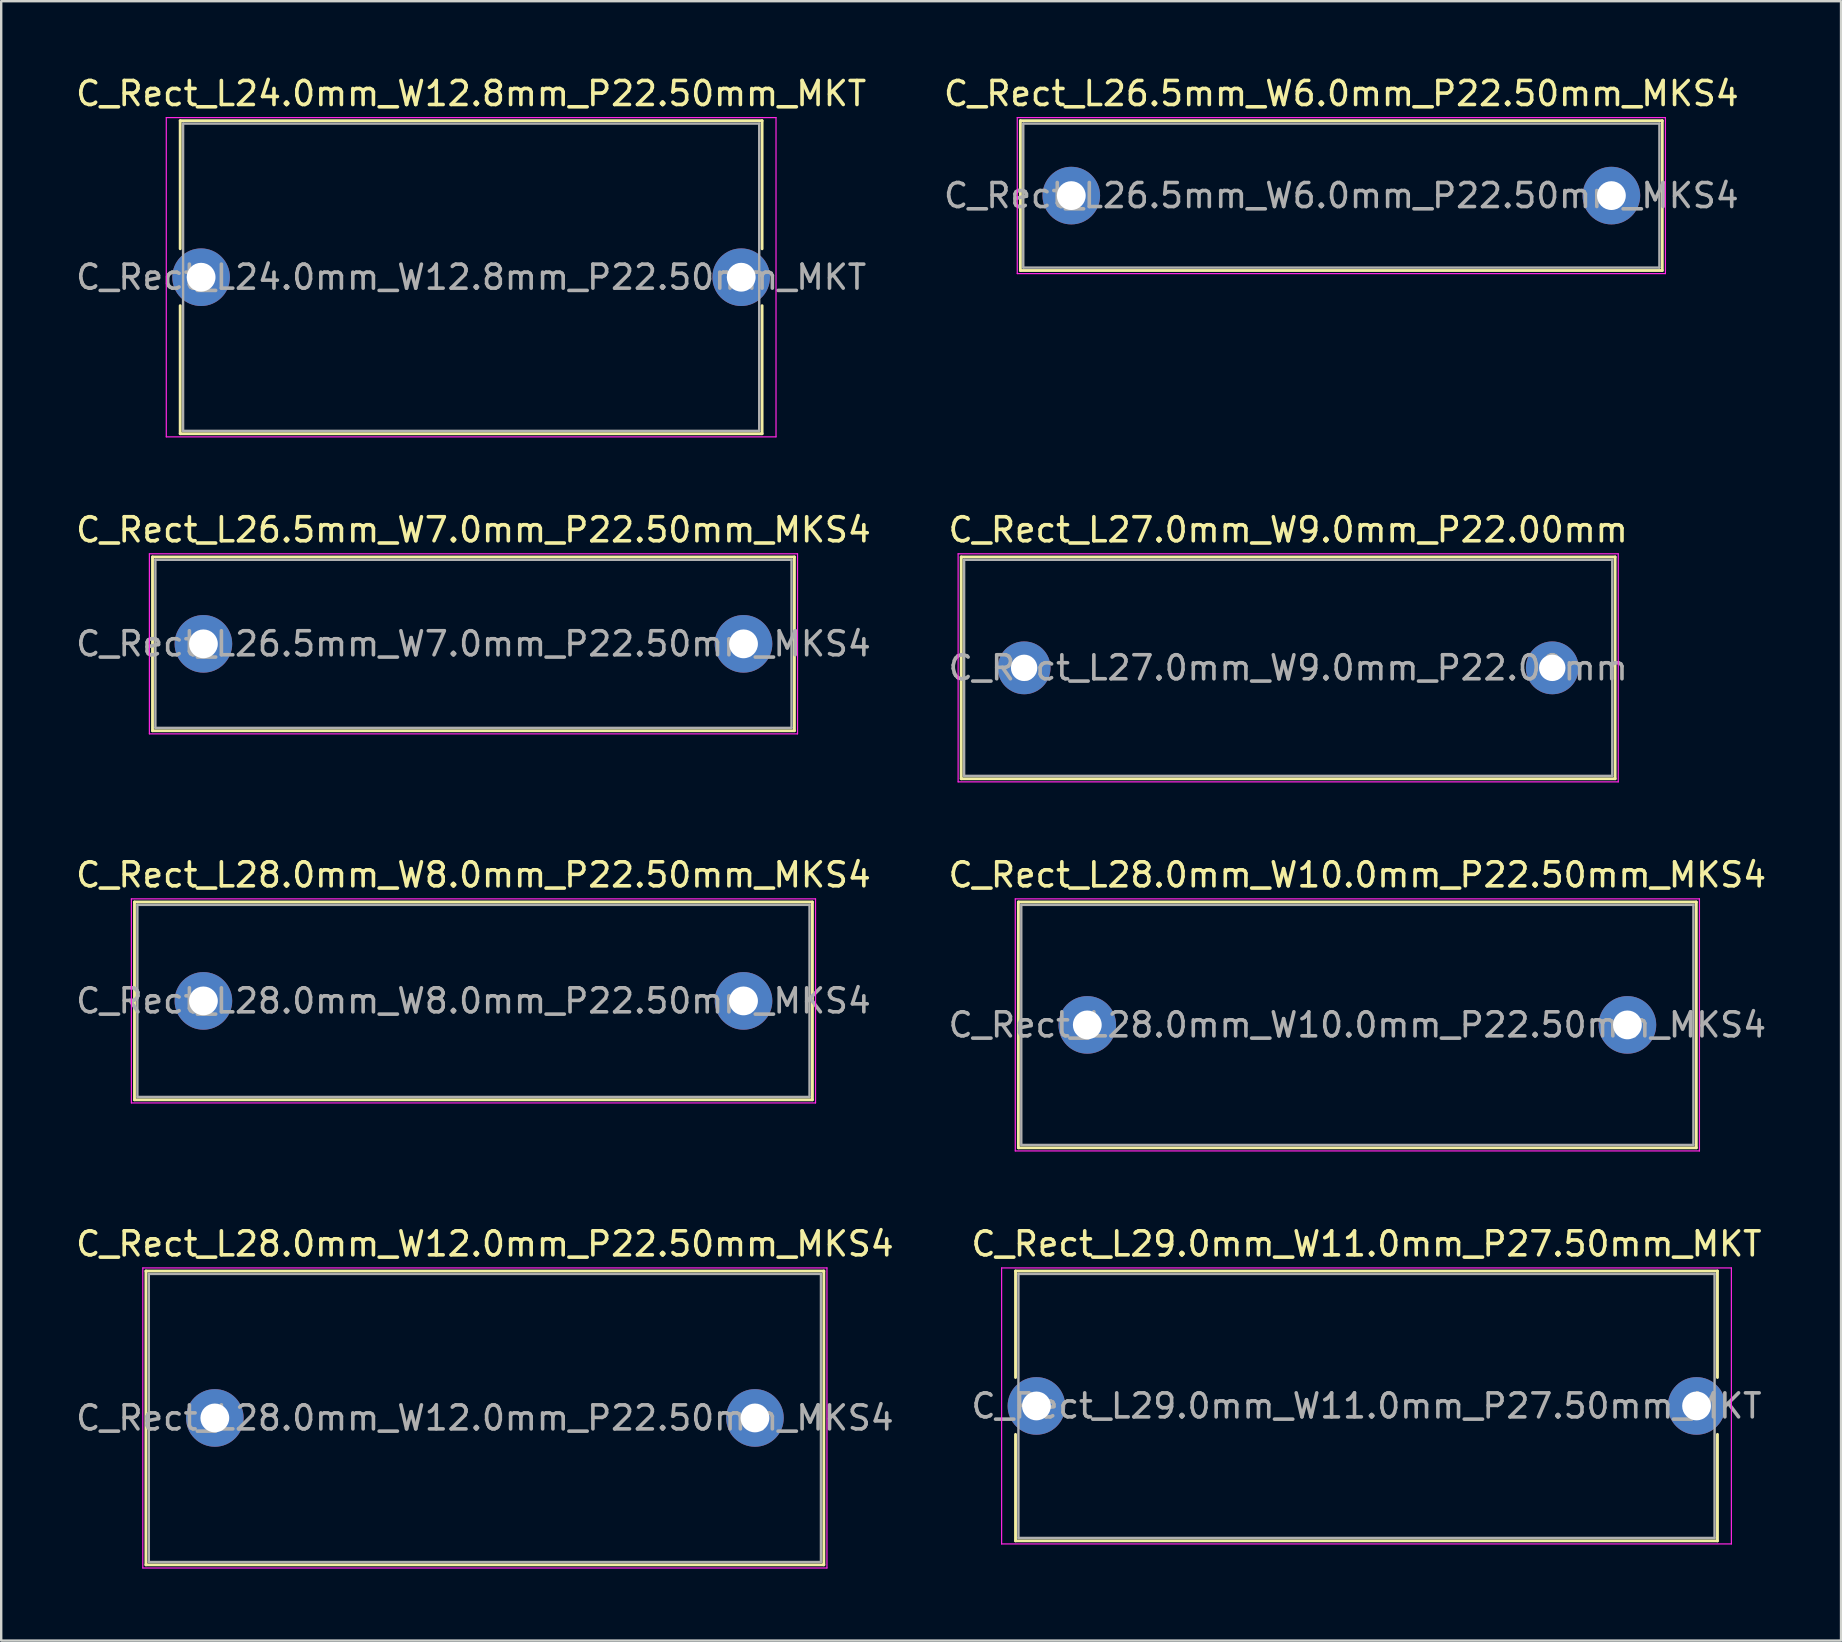
<source format=kicad_pcb>
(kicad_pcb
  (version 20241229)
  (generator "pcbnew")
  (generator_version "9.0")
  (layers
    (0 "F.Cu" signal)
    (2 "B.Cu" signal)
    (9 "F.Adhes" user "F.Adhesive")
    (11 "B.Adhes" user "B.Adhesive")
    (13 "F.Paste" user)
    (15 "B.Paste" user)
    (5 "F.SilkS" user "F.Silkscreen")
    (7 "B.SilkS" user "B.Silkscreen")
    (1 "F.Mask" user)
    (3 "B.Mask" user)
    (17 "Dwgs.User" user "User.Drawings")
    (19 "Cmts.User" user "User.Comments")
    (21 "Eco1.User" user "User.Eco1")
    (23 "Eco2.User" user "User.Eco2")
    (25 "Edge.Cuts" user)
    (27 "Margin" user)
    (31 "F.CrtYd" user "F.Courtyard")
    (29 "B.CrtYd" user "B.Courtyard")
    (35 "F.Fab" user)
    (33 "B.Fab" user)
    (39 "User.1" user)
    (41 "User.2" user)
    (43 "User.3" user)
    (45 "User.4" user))
  (footprint "C_Rect_L28.0mm_W8.0mm_P22.50mm_MKS4"
    (layer "F.Cu")
    (at 5.423 38.645)
    (property "Reference" "C_Rect_L28.0mm_W8.0mm_P22.50mm_MKS4" (at 11.25 -5.25 0) (layer "F.SilkS") (effects (font (size 1 1) (thickness 0.15))))
    (attr through_hole)
    (fp_line (start -2.87 -4.12) (end -2.87 4.12) (stroke (width 0.12) (type solid)) (layer "F.SilkS"))
    (fp_line (start -2.87 -4.12) (end 25.37 -4.12) (stroke (width 0.12) (type solid)) (layer "F.SilkS"))
    (fp_line (start -2.87 4.12) (end 25.37 4.12) (stroke (width 0.12) (type solid)) (layer "F.SilkS"))
    (fp_line (start 25.37 -4.12) (end 25.37 4.12) (stroke (width 0.12) (type solid)) (layer "F.SilkS"))
    (fp_line (start -3 -4.25) (end -3 4.25) (stroke (width 0.05) (type solid)) (layer "F.CrtYd"))
    (fp_line (start -3 4.25) (end 25.5 4.25) (stroke (width 0.05) (type solid)) (layer "F.CrtYd"))
    (fp_line (start 25.5 -4.25) (end -3 -4.25) (stroke (width 0.05) (type solid)) (layer "F.CrtYd"))
    (fp_line (start 25.5 4.25) (end 25.5 -4.25) (stroke (width 0.05) (type solid)) (layer "F.CrtYd"))
    (fp_line (start -2.75 -4) (end -2.75 4) (stroke (width 0.1) (type solid)) (layer "F.Fab"))
    (fp_line (start -2.75 4) (end 25.25 4) (stroke (width 0.1) (type solid)) (layer "F.Fab"))
    (fp_line (start 25.25 -4) (end -2.75 -4) (stroke (width 0.1) (type solid)) (layer "F.Fab"))
    (fp_line (start 25.25 4) (end 25.25 -4) (stroke (width 0.1) (type solid)) (layer "F.Fab"))
    (fp_text user "${REFERENCE}" (at 11.25 0 0) (layer "F.Fab") (effects (font (size 1 1) (thickness 0.15))))
    (pad "1" thru_hole circle (at 0 0) (size 2.4 2.4) (drill 1.2) (layers "*.Cu" "*.Mask"))
    (pad "2" thru_hole circle (at 22.5 0) (size 2.4 2.4) (drill 1.2) (layers "*.Cu" "*.Mask")))
  (footprint "C_Rect_L27.0mm_W9.0mm_P22.00mm"
    (layer "F.Cu")
    (at 39.613 24.771)
    (property "Reference" "C_Rect_L27.0mm_W9.0mm_P22.00mm" (at 11 -5.75 0) (layer "F.SilkS") (effects (font (size 1 1) (thickness 0.15))))
    (attr through_hole)
    (fp_line (start -2.62 -4.62) (end -2.62 4.62) (stroke (width 0.12) (type solid)) (layer "F.SilkS"))
    (fp_line (start -2.62 -4.62) (end 24.62 -4.62) (stroke (width 0.12) (type solid)) (layer "F.SilkS"))
    (fp_line (start -2.62 4.62) (end 24.62 4.62) (stroke (width 0.12) (type solid)) (layer "F.SilkS"))
    (fp_line (start 24.62 -4.62) (end 24.62 4.62) (stroke (width 0.12) (type solid)) (layer "F.SilkS"))
    (fp_line (start -2.75 -4.75) (end -2.75 4.75) (stroke (width 0.05) (type solid)) (layer "F.CrtYd"))
    (fp_line (start -2.75 4.75) (end 24.75 4.75) (stroke (width 0.05) (type solid)) (layer "F.CrtYd"))
    (fp_line (start 24.75 -4.75) (end -2.75 -4.75) (stroke (width 0.05) (type solid)) (layer "F.CrtYd"))
    (fp_line (start 24.75 4.75) (end 24.75 -4.75) (stroke (width 0.05) (type solid)) (layer "F.CrtYd"))
    (fp_line (start -2.5 -4.5) (end -2.5 4.5) (stroke (width 0.1) (type solid)) (layer "F.Fab"))
    (fp_line (start -2.5 4.5) (end 24.5 4.5) (stroke (width 0.1) (type solid)) (layer "F.Fab"))
    (fp_line (start 24.5 -4.5) (end -2.5 -4.5) (stroke (width 0.1) (type solid)) (layer "F.Fab"))
    (fp_line (start 24.5 4.5) (end 24.5 -4.5) (stroke (width 0.1) (type solid)) (layer "F.Fab"))
    (fp_text user "${REFERENCE}" (at 11 0 0) (layer "F.Fab") (effects (font (size 1 1) (thickness 0.15))))
    (pad "1" thru_hole circle (at 0 0) (size 2.2 2.2) (drill 1.1) (layers "*.Cu" "*.Mask"))
    (pad "2" thru_hole circle (at 22 0) (size 2.2 2.2) (drill 1.1) (layers "*.Cu" "*.Mask")))
  (footprint "C_Rect_L28.0mm_W10.0mm_P22.50mm_MKS4"
    (layer "F.Cu")
    (at 42.244 39.645)
    (property "Reference" "C_Rect_L28.0mm_W10.0mm_P22.50mm_MKS4" (at 11.25 -6.25 0) (layer "F.SilkS") (effects (font (size 1 1) (thickness 0.15))))
    (attr through_hole)
    (fp_line (start -2.87 -5.12) (end -2.87 5.12) (stroke (width 0.12) (type solid)) (layer "F.SilkS"))
    (fp_line (start -2.87 -5.12) (end 25.37 -5.12) (stroke (width 0.12) (type solid)) (layer "F.SilkS"))
    (fp_line (start -2.87 5.12) (end 25.37 5.12) (stroke (width 0.12) (type solid)) (layer "F.SilkS"))
    (fp_line (start 25.37 -5.12) (end 25.37 5.12) (stroke (width 0.12) (type solid)) (layer "F.SilkS"))
    (fp_line (start -3 -5.25) (end -3 5.25) (stroke (width 0.05) (type solid)) (layer "F.CrtYd"))
    (fp_line (start -3 5.25) (end 25.5 5.25) (stroke (width 0.05) (type solid)) (layer "F.CrtYd"))
    (fp_line (start 25.5 -5.25) (end -3 -5.25) (stroke (width 0.05) (type solid)) (layer "F.CrtYd"))
    (fp_line (start 25.5 5.25) (end 25.5 -5.25) (stroke (width 0.05) (type solid)) (layer "F.CrtYd"))
    (fp_line (start -2.75 -5) (end -2.75 5) (stroke (width 0.1) (type solid)) (layer "F.Fab"))
    (fp_line (start -2.75 5) (end 25.25 5) (stroke (width 0.1) (type solid)) (layer "F.Fab"))
    (fp_line (start 25.25 -5) (end -2.75 -5) (stroke (width 0.1) (type solid)) (layer "F.Fab"))
    (fp_line (start 25.25 5) (end 25.25 -5) (stroke (width 0.1) (type solid)) (layer "F.Fab"))
    (fp_text user "${REFERENCE}" (at 11.25 0 0) (layer "F.Fab") (effects (font (size 1 1) (thickness 0.15))))
    (pad "1" thru_hole circle (at 0 0) (size 2.4 2.4) (drill 1.2) (layers "*.Cu" "*.Mask"))
    (pad "2" thru_hole circle (at 22.5 0) (size 2.4 2.4) (drill 1.2) (layers "*.Cu" "*.Mask")))
  (footprint "C_Rect_L26.5mm_W6.0mm_P22.50mm_MKS4"
    (layer "F.Cu")
    (at 41.577 5.098)
    (property "Reference" "C_Rect_L26.5mm_W6.0mm_P22.50mm_MKS4" (at 11.25 -4.25 0) (layer "F.SilkS") (effects (font (size 1 1) (thickness 0.15))))
    (attr through_hole)
    (fp_line (start -2.12 -3.12) (end -2.12 3.12) (stroke (width 0.12) (type solid)) (layer "F.SilkS"))
    (fp_line (start -2.12 -3.12) (end 24.62 -3.12) (stroke (width 0.12) (type solid)) (layer "F.SilkS"))
    (fp_line (start -2.12 3.12) (end 24.62 3.12) (stroke (width 0.12) (type solid)) (layer "F.SilkS"))
    (fp_line (start 24.62 -3.12) (end 24.62 3.12) (stroke (width 0.12) (type solid)) (layer "F.SilkS"))
    (fp_line (start -2.25 -3.25) (end -2.25 3.25) (stroke (width 0.05) (type solid)) (layer "F.CrtYd"))
    (fp_line (start -2.25 3.25) (end 24.75 3.25) (stroke (width 0.05) (type solid)) (layer "F.CrtYd"))
    (fp_line (start 24.75 -3.25) (end -2.25 -3.25) (stroke (width 0.05) (type solid)) (layer "F.CrtYd"))
    (fp_line (start 24.75 3.25) (end 24.75 -3.25) (stroke (width 0.05) (type solid)) (layer "F.CrtYd"))
    (fp_line (start -2 -3) (end -2 3) (stroke (width 0.1) (type solid)) (layer "F.Fab"))
    (fp_line (start -2 3) (end 24.5 3) (stroke (width 0.1) (type solid)) (layer "F.Fab"))
    (fp_line (start 24.5 -3) (end -2 -3) (stroke (width 0.1) (type solid)) (layer "F.Fab"))
    (fp_line (start 24.5 3) (end 24.5 -3) (stroke (width 0.1) (type solid)) (layer "F.Fab"))
    (fp_text user "${REFERENCE}" (at 11.25 0 0) (layer "F.Fab") (effects (font (size 1 1) (thickness 0.15))))
    (pad "1" thru_hole circle (at 0 0) (size 2.4 2.4) (drill 1.2) (layers "*.Cu" "*.Mask"))
    (pad "2" thru_hole circle (at 22.5 0) (size 2.4 2.4) (drill 1.2) (layers "*.Cu" "*.Mask")))
  (footprint "C_Rect_L29.0mm_W11.0mm_P27.50mm_MKT"
    (layer "F.Cu")
    (at 40.125 55.518)
    (property "Reference" "C_Rect_L29.0mm_W11.0mm_P27.50mm_MKT" (at 13.75 -6.75 0) (layer "F.SilkS") (effects (font (size 1 1) (thickness 0.15))))
    (attr through_hole)
    (fp_line (start -0.87 -5.62) (end -0.87 -1.185) (stroke (width 0.12) (type solid)) (layer "F.SilkS"))
    (fp_line (start -0.87 -5.62) (end 28.37 -5.62) (stroke (width 0.12) (type solid)) (layer "F.SilkS"))
    (fp_line (start -0.87 1.185) (end -0.87 5.62) (stroke (width 0.12) (type solid)) (layer "F.SilkS"))
    (fp_line (start -0.87 5.62) (end 28.37 5.62) (stroke (width 0.12) (type solid)) (layer "F.SilkS"))
    (fp_line (start 28.37 -5.62) (end 28.37 -1.185) (stroke (width 0.12) (type solid)) (layer "F.SilkS"))
    (fp_line (start 28.37 1.185) (end 28.37 5.62) (stroke (width 0.12) (type solid)) (layer "F.SilkS"))
    (fp_line (start -1.45 -5.75) (end -1.45 5.75) (stroke (width 0.05) (type solid)) (layer "F.CrtYd"))
    (fp_line (start -1.45 5.75) (end 28.95 5.75) (stroke (width 0.05) (type solid)) (layer "F.CrtYd"))
    (fp_line (start 28.95 -5.75) (end -1.45 -5.75) (stroke (width 0.05) (type solid)) (layer "F.CrtYd"))
    (fp_line (start 28.95 5.75) (end 28.95 -5.75) (stroke (width 0.05) (type solid)) (layer "F.CrtYd"))
    (fp_line (start -0.75 -5.5) (end -0.75 5.5) (stroke (width 0.1) (type solid)) (layer "F.Fab"))
    (fp_line (start -0.75 5.5) (end 28.25 5.5) (stroke (width 0.1) (type solid)) (layer "F.Fab"))
    (fp_line (start 28.25 -5.5) (end -0.75 -5.5) (stroke (width 0.1) (type solid)) (layer "F.Fab"))
    (fp_line (start 28.25 5.5) (end 28.25 -5.5) (stroke (width 0.1) (type solid)) (layer "F.Fab"))
    (fp_text user "${REFERENCE}" (at 13.75 0 0) (layer "F.Fab") (effects (font (size 1 1) (thickness 0.15))))
    (pad "1" thru_hole circle (at 0 0) (size 2.4 2.4) (drill 1.2) (layers "*.Cu" "*.Mask"))
    (pad "2" thru_hole circle (at 27.5 0) (size 2.4 2.4) (drill 1.2) (layers "*.Cu" "*.Mask")))
  (footprint "C_Rect_L26.5mm_W7.0mm_P22.50mm_MKS4"
    (layer "F.Cu")
    (at 5.423 23.771)
    (property "Reference" "C_Rect_L26.5mm_W7.0mm_P22.50mm_MKS4" (at 11.25 -4.75 0) (layer "F.SilkS") (effects (font (size 1 1) (thickness 0.15))))
    (attr through_hole)
    (fp_line (start -2.12 -3.62) (end -2.12 3.62) (stroke (width 0.12) (type solid)) (layer "F.SilkS"))
    (fp_line (start -2.12 -3.62) (end 24.62 -3.62) (stroke (width 0.12) (type solid)) (layer "F.SilkS"))
    (fp_line (start -2.12 3.62) (end 24.62 3.62) (stroke (width 0.12) (type solid)) (layer "F.SilkS"))
    (fp_line (start 24.62 -3.62) (end 24.62 3.62) (stroke (width 0.12) (type solid)) (layer "F.SilkS"))
    (fp_line (start -2.25 -3.75) (end -2.25 3.75) (stroke (width 0.05) (type solid)) (layer "F.CrtYd"))
    (fp_line (start -2.25 3.75) (end 24.75 3.75) (stroke (width 0.05) (type solid)) (layer "F.CrtYd"))
    (fp_line (start 24.75 -3.75) (end -2.25 -3.75) (stroke (width 0.05) (type solid)) (layer "F.CrtYd"))
    (fp_line (start 24.75 3.75) (end 24.75 -3.75) (stroke (width 0.05) (type solid)) (layer "F.CrtYd"))
    (fp_line (start -2 -3.5) (end -2 3.5) (stroke (width 0.1) (type solid)) (layer "F.Fab"))
    (fp_line (start -2 3.5) (end 24.5 3.5) (stroke (width 0.1) (type solid)) (layer "F.Fab"))
    (fp_line (start 24.5 -3.5) (end -2 -3.5) (stroke (width 0.1) (type solid)) (layer "F.Fab"))
    (fp_line (start 24.5 3.5) (end 24.5 -3.5) (stroke (width 0.1) (type solid)) (layer "F.Fab"))
    (fp_text user "${REFERENCE}" (at 11.25 0 0) (layer "F.Fab") (effects (font (size 1 1) (thickness 0.15))))
    (pad "1" thru_hole circle (at 0 0) (size 2.4 2.4) (drill 1.2) (layers "*.Cu" "*.Mask"))
    (pad "2" thru_hole circle (at 22.5 0) (size 2.4 2.4) (drill 1.2) (layers "*.Cu" "*.Mask")))
  (footprint "C_Rect_L28.0mm_W12.0mm_P22.50mm_MKS4"
    (layer "F.Cu")
    (at 5.899 56.018)
    (property "Reference" "C_Rect_L28.0mm_W12.0mm_P22.50mm_MKS4" (at 11.25 -7.25 0) (layer "F.SilkS") (effects (font (size 1 1) (thickness 0.15))))
    (attr through_hole)
    (fp_line (start -2.87 -6.12) (end -2.87 6.12) (stroke (width 0.12) (type solid)) (layer "F.SilkS"))
    (fp_line (start -2.87 -6.12) (end 25.37 -6.12) (stroke (width 0.12) (type solid)) (layer "F.SilkS"))
    (fp_line (start -2.87 6.12) (end 25.37 6.12) (stroke (width 0.12) (type solid)) (layer "F.SilkS"))
    (fp_line (start 25.37 -6.12) (end 25.37 6.12) (stroke (width 0.12) (type solid)) (layer "F.SilkS"))
    (fp_line (start -3 -6.25) (end -3 6.25) (stroke (width 0.05) (type solid)) (layer "F.CrtYd"))
    (fp_line (start -3 6.25) (end 25.5 6.25) (stroke (width 0.05) (type solid)) (layer "F.CrtYd"))
    (fp_line (start 25.5 -6.25) (end -3 -6.25) (stroke (width 0.05) (type solid)) (layer "F.CrtYd"))
    (fp_line (start 25.5 6.25) (end 25.5 -6.25) (stroke (width 0.05) (type solid)) (layer "F.CrtYd"))
    (fp_line (start -2.75 -6) (end -2.75 6) (stroke (width 0.1) (type solid)) (layer "F.Fab"))
    (fp_line (start -2.75 6) (end 25.25 6) (stroke (width 0.1) (type solid)) (layer "F.Fab"))
    (fp_line (start 25.25 -6) (end -2.75 -6) (stroke (width 0.1) (type solid)) (layer "F.Fab"))
    (fp_line (start 25.25 6) (end 25.25 -6) (stroke (width 0.1) (type solid)) (layer "F.Fab"))
    (fp_text user "${REFERENCE}" (at 11.25 0 0) (layer "F.Fab") (effects (font (size 1 1) (thickness 0.15))))
    (pad "1" thru_hole circle (at 0 0) (size 2.4 2.4) (drill 1.2) (layers "*.Cu" "*.Mask"))
    (pad "2" thru_hole circle (at 22.5 0) (size 2.4 2.4) (drill 1.2) (layers "*.Cu" "*.Mask")))
  (footprint "C_Rect_L24.0mm_W12.8mm_P22.50mm_MKT"
    (layer "F.Cu")
    (at 5.327 8.498)
    (property "Reference" "C_Rect_L24.0mm_W12.8mm_P22.50mm_MKT" (at 11.25 -7.65 0) (layer "F.SilkS") (effects (font (size 1 1) (thickness 0.15))))
    (attr through_hole)
    (fp_line (start -0.87 -6.52) (end -0.87 -1.185) (stroke (width 0.12) (type solid)) (layer "F.SilkS"))
    (fp_line (start -0.87 -6.52) (end 23.37 -6.52) (stroke (width 0.12) (type solid)) (layer "F.SilkS"))
    (fp_line (start -0.87 1.185) (end -0.87 6.52) (stroke (width 0.12) (type solid)) (layer "F.SilkS"))
    (fp_line (start -0.87 6.52) (end 23.37 6.52) (stroke (width 0.12) (type solid)) (layer "F.SilkS"))
    (fp_line (start 23.37 -6.52) (end 23.37 -1.185) (stroke (width 0.12) (type solid)) (layer "F.SilkS"))
    (fp_line (start 23.37 1.185) (end 23.37 6.52) (stroke (width 0.12) (type solid)) (layer "F.SilkS"))
    (fp_line (start -1.45 -6.65) (end -1.45 6.65) (stroke (width 0.05) (type solid)) (layer "F.CrtYd"))
    (fp_line (start -1.45 6.65) (end 23.95 6.65) (stroke (width 0.05) (type solid)) (layer "F.CrtYd"))
    (fp_line (start 23.95 -6.65) (end -1.45 -6.65) (stroke (width 0.05) (type solid)) (layer "F.CrtYd"))
    (fp_line (start 23.95 6.65) (end 23.95 -6.65) (stroke (width 0.05) (type solid)) (layer "F.CrtYd"))
    (fp_line (start -0.75 -6.4) (end -0.75 6.4) (stroke (width 0.1) (type solid)) (layer "F.Fab"))
    (fp_line (start -0.75 6.4) (end 23.25 6.4) (stroke (width 0.1) (type solid)) (layer "F.Fab"))
    (fp_line (start 23.25 -6.4) (end -0.75 -6.4) (stroke (width 0.1) (type solid)) (layer "F.Fab"))
    (fp_line (start 23.25 6.4) (end 23.25 -6.4) (stroke (width 0.1) (type solid)) (layer "F.Fab"))
    (fp_text user "${REFERENCE}" (at 11.25 0 0) (layer "F.Fab") (effects (font (size 1 1) (thickness 0.15))))
    (pad "1" thru_hole circle (at 0 0) (size 2.4 2.4) (drill 1.2) (layers "*.Cu" "*.Mask"))
    (pad "2" thru_hole circle (at 22.5 0) (size 2.4 2.4) (drill 1.2) (layers "*.Cu" "*.Mask")))
  (gr_rect
    (start -3 -3)
    (end 73.643 65.293)
    (stroke (width 0.1) (type default))
    (fill no)
    (layer "Edge.Cuts")))
</source>
